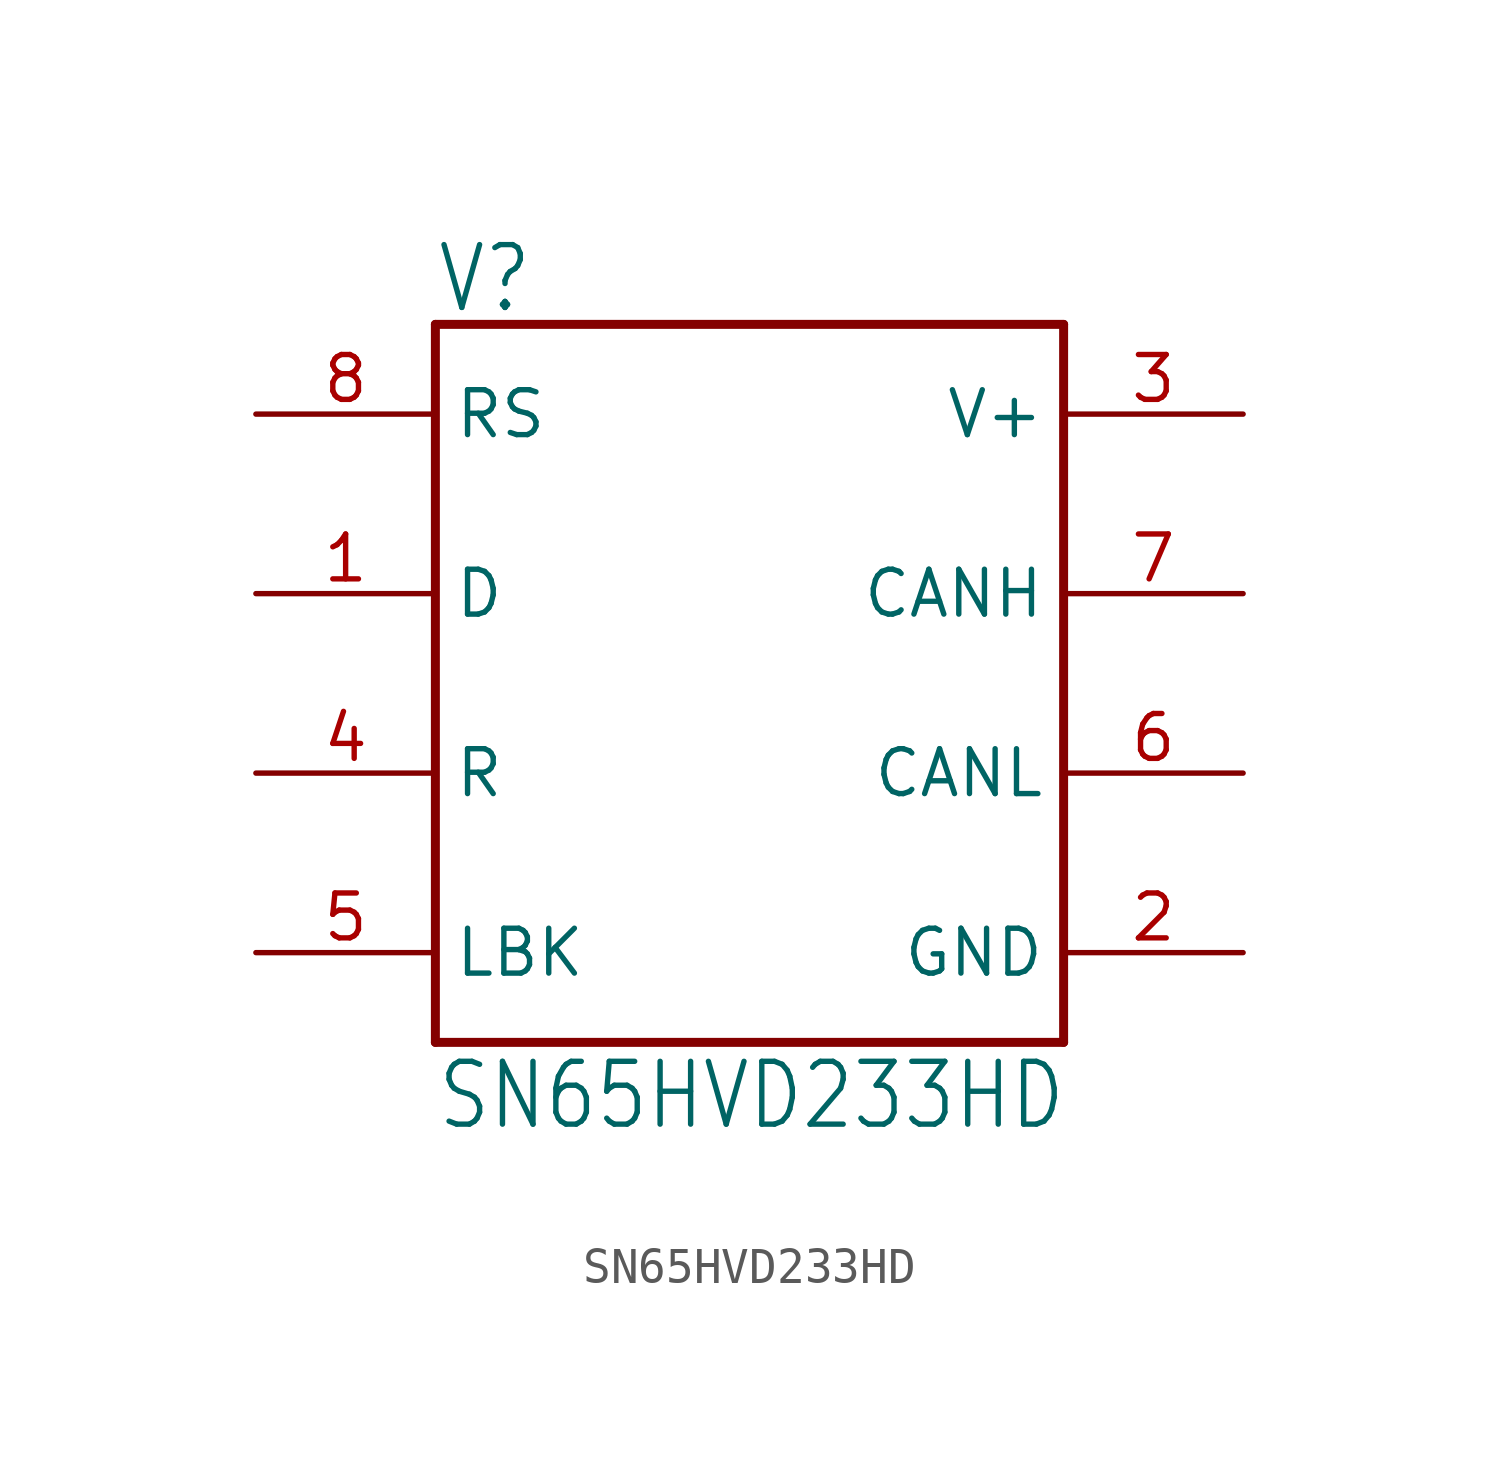
<source format=kicad_sym>
(kicad_symbol_lib
  (version 20211014)
  (generator kicad_symbol_editor)
  (symbol "SN65HVD233HD"
    (property "Reference" "V"
      (at -10.16 10.414 0)
      (effects (font (size 1.778 1.511)) (justify left bottom)))
    (property "Value" "SN65HVD233HD"
      (at -10.16 -12.7 0)
      (effects (font (size 1.778 1.511)) (justify left bottom)))
    (property "ki_locked" ""
      (at 0 0 0)
      (effects (font (size 1.27 1.27))))
    (symbol "SN65HVD233HD_1_0"
      (polyline (pts (xy -10.16 -10.16) (xy 7.62 -10.16)) (stroke (width 0.254) (type default) (color 0 0 0 0)) (fill (type none)))
      (polyline (pts (xy -10.16 10.16) (xy -10.16 -10.16)) (stroke (width 0.254) (type default) (color 0 0 0 0)) (fill (type none)))
      (polyline (pts (xy 7.62 -10.16) (xy 7.62 10.16)) (stroke (width 0.254) (type default) (color 0 0 0 0)) (fill (type none)))
      (polyline (pts (xy 7.62 10.16) (xy -10.16 10.16)) (stroke (width 0.254) (type default) (color 0 0 0 0)) (fill (type none)))
      (pin input line (at -15.24 2.54 0) (length 5.08) (name "D" (effects (font (size 1.27 1.27)))) (number "1" (effects (font (size 1.27 1.27)))))
      (pin power_in line (at 12.7 -7.62 180) (length 5.08) (name "GND" (effects (font (size 1.27 1.27)))) (number "2" (effects (font (size 1.27 1.27)))))
      (pin power_in line (at 12.7 7.62 180) (length 5.08) (name "V+" (effects (font (size 1.27 1.27)))) (number "3" (effects (font (size 1.27 1.27)))))
      (pin input line (at -15.24 -2.54 0) (length 5.08) (name "R" (effects (font (size 1.27 1.27)))) (number "4" (effects (font (size 1.27 1.27)))))
      (pin input line (at -15.24 -7.62 0) (length 5.08) (name "LBK" (effects (font (size 1.27 1.27)))) (number "5" (effects (font (size 1.27 1.27)))))
      (pin output line (at 12.7 -2.54 180) (length 5.08) (name "CANL" (effects (font (size 1.27 1.27)))) (number "6" (effects (font (size 1.27 1.27)))))
      (pin output line (at 12.7 2.54 180) (length 5.08) (name "CANH" (effects (font (size 1.27 1.27)))) (number "7" (effects (font (size 1.27 1.27)))))
      (pin input line (at -15.24 7.62 0) (length 5.08) (name "RS" (effects (font (size 1.27 1.27)))) (number "8" (effects (font (size 1.27 1.27))))))))
</source>
